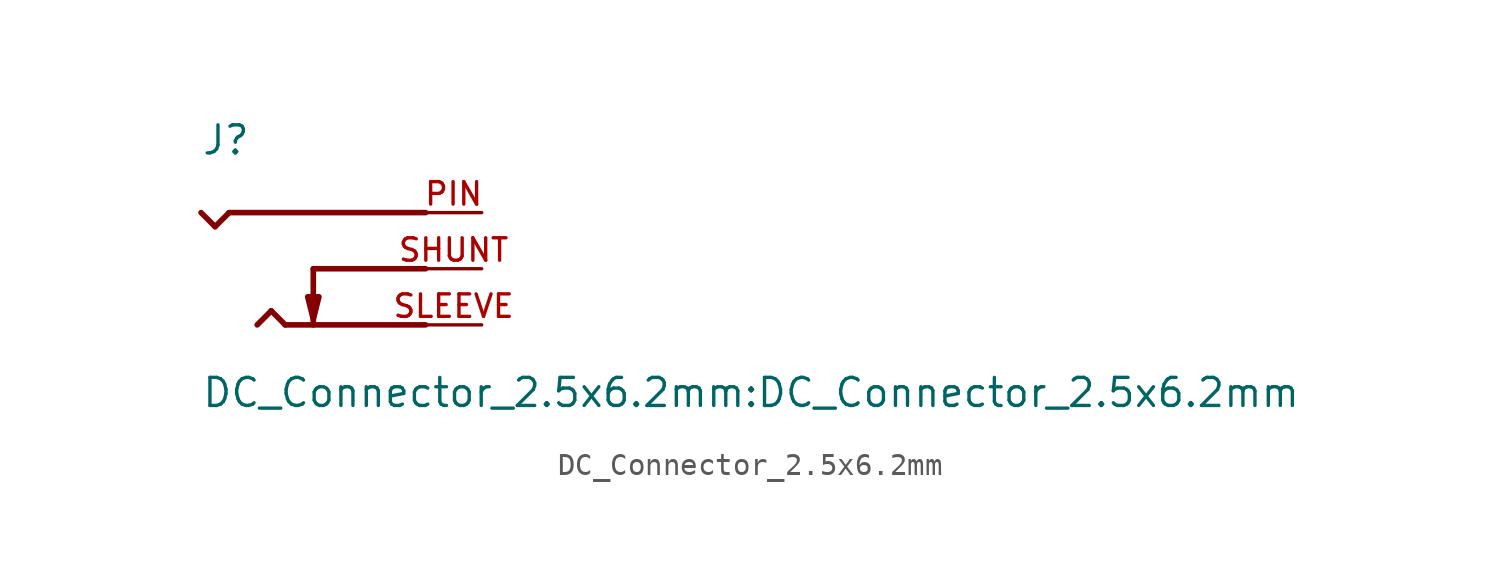
<source format=kicad_sym>
(kicad_symbol_lib
  (version 20231120)
  (generator "kicad_symbol_editor")
  (generator_version "8.0")
  (symbol "DC_Connector_2.5x6.2mm"
    (pin_names
      (offset 1.016))
    (property "Reference" "J"
      (at -5.08 5.08 0)
      (effects (font (size 1.27 1.27)) (justify left bottom)))
    (property "Value" "DC_Connector_2.5x6.2mm:DC_Connector_2.5x6.2mm"
      (at -5.08 -6.35 0)
      (effects (font (size 1.27 1.27)) (justify left bottom)))
    (symbol "DC_Connector_2.5x6.2mm_0_0"
      (polyline (pts (xy -4.445 1.905) (xy -5.08 2.54)) (stroke (width 0.254) (type default)) (fill (type none)))
      (polyline (pts (xy -3.81 2.54) (xy -4.445 1.905)) (stroke (width 0.254) (type default)) (fill (type none)))
      (polyline (pts (xy -1.905 -1.905) (xy -2.54 -2.54)) (stroke (width 0.254) (type default)) (fill (type none)))
      (polyline (pts (xy -1.27 -2.54) (xy -1.905 -1.905)) (stroke (width 0.254) (type default)) (fill (type none)))
      (polyline (pts (xy 0 0) (xy 0 -2.54)) (stroke (width 0.254) (type default)) (fill (type none)))
      (polyline (pts (xy 0 0) (xy 5.08 0)) (stroke (width 0.254) (type default)) (fill (type none)))
      (polyline (pts (xy 5.08 -2.54) (xy -1.27 -2.54)) (stroke (width 0.254) (type default)) (fill (type none)))
      (polyline (pts (xy 5.08 2.54) (xy -3.81 2.54)) (stroke (width 0.254) (type default)) (fill (type none)))
      (polyline (pts (xy 0 -2.286) (xy 0.254 -1.27) (xy -0.254 -1.27) (xy 0 -2.286)) (stroke (width 0.254) (type default)) (fill (type outline)))
      (pin passive line (at 7.62 0 180) (length 2.54) (name "~" (effects (font (size 1.016 1.016)))) (number "SHUNT" (effects (font (size 1.016 1.016))))))
    (symbol "DC_Connector_2.5x6.2mm_1_0"
      (pin power_out line (at 7.62 2.54 180) (length 2.54) (name "~" (effects (font (size 1.016 1.016)))) (number "PIN" (effects (font (size 1.016 1.016)))))
      (pin power_out line (at 7.62 -2.54 180) (length 2.54) (name "~" (effects (font (size 1.016 1.016)))) (number "SLEEVE" (effects (font (size 1.016 1.016))))))))
</source>
